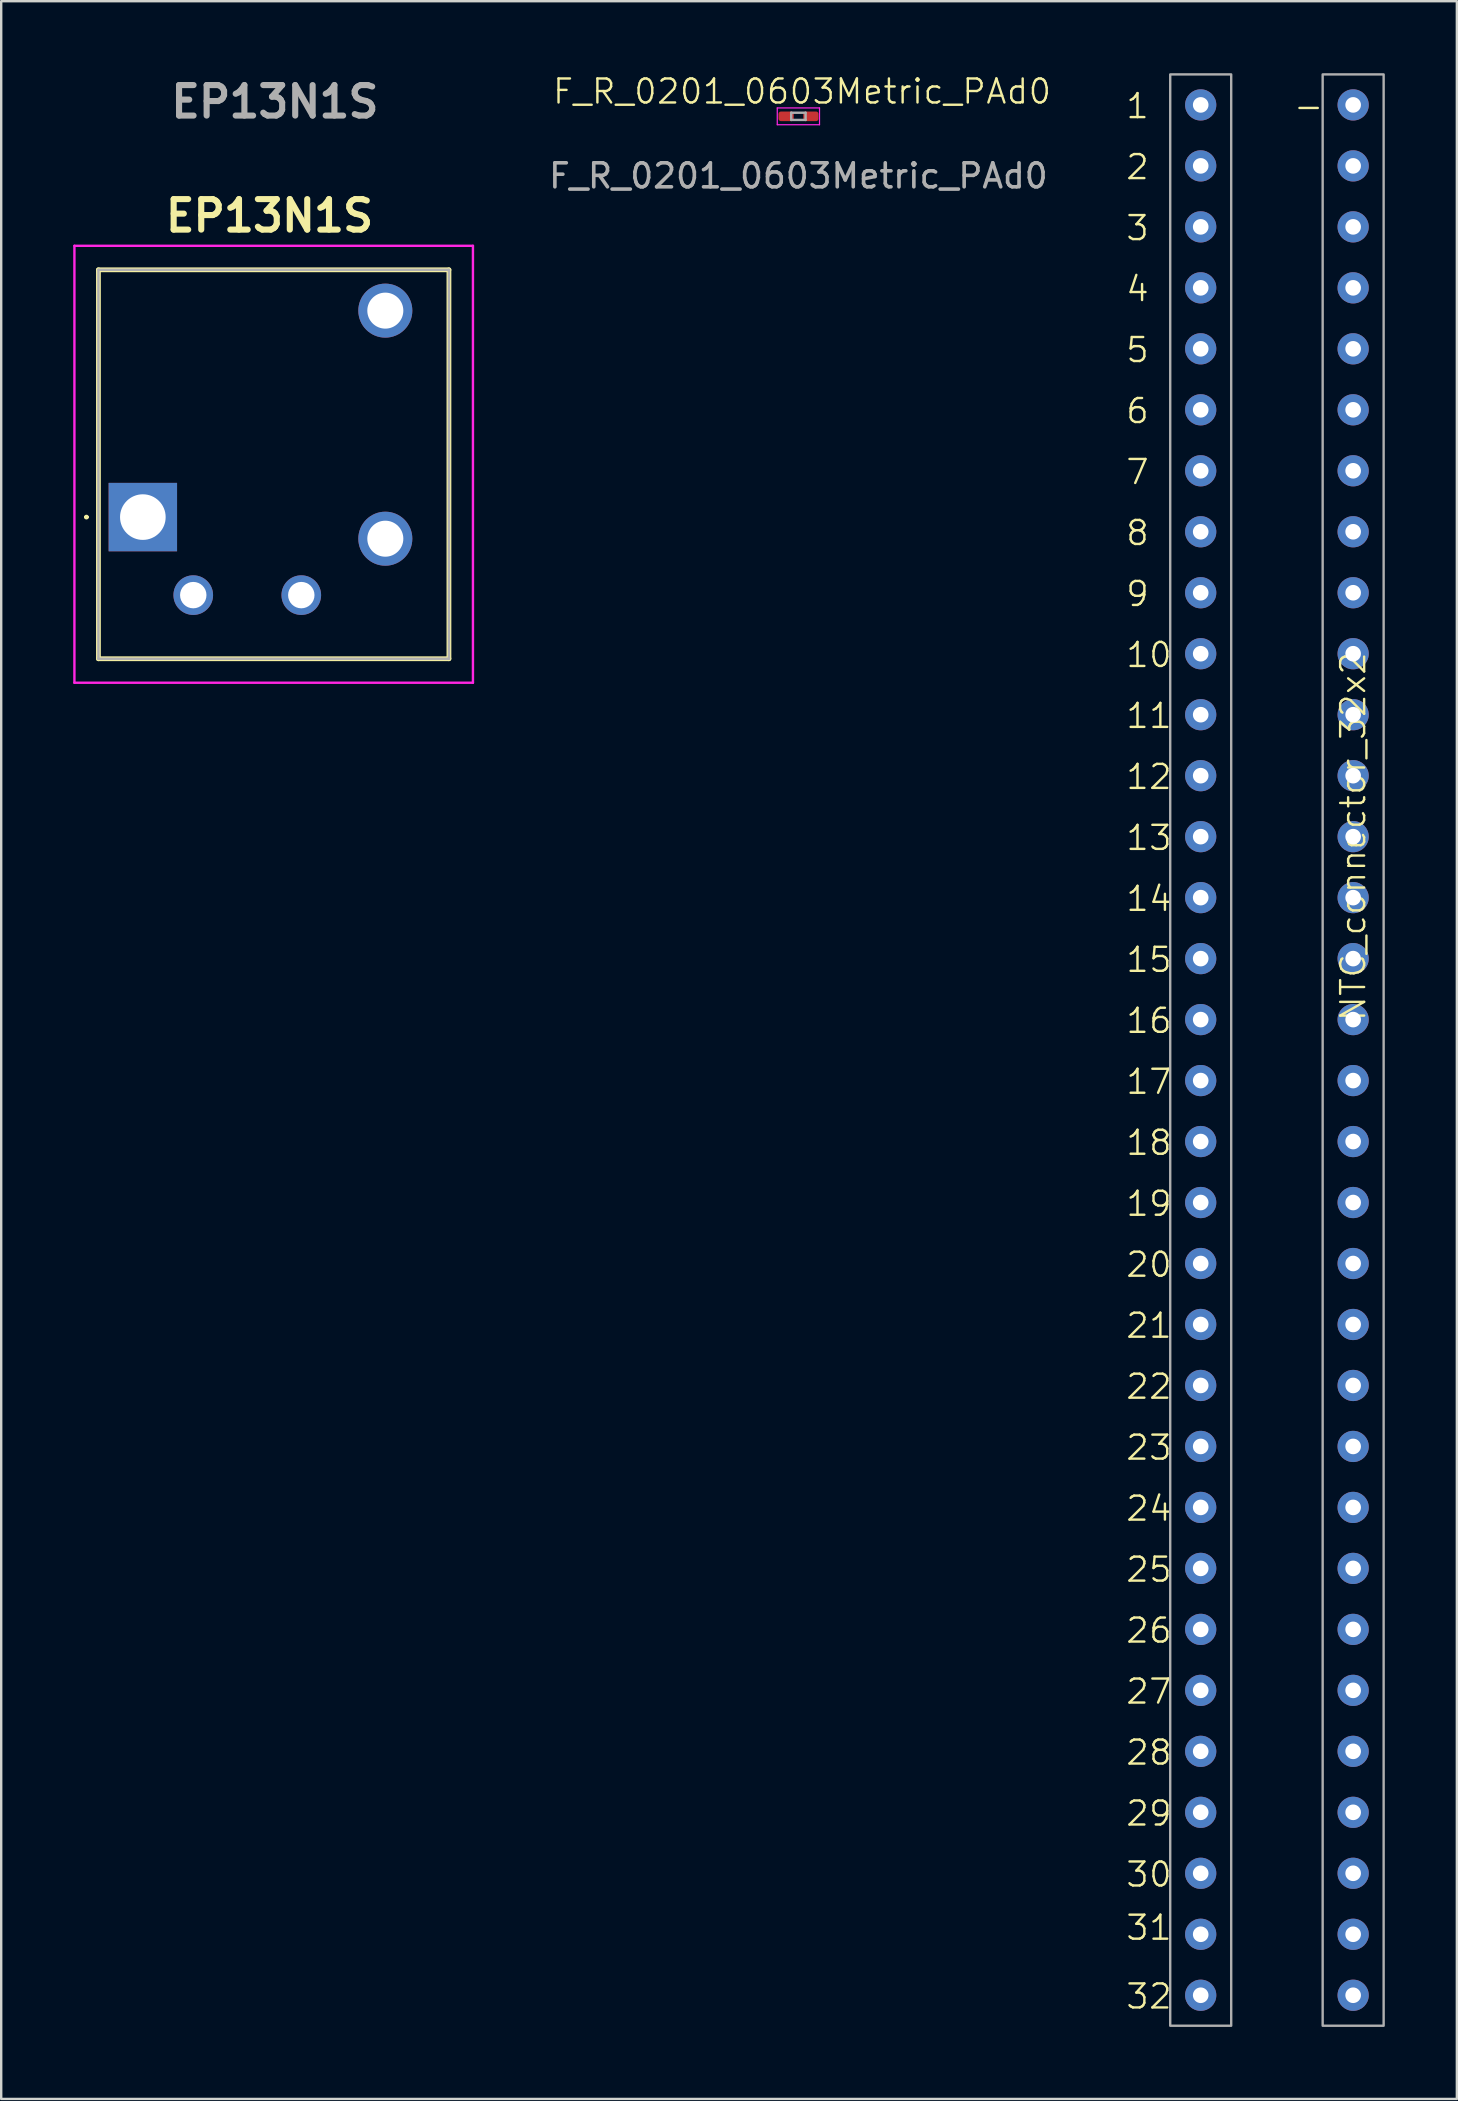
<source format=kicad_pcb>
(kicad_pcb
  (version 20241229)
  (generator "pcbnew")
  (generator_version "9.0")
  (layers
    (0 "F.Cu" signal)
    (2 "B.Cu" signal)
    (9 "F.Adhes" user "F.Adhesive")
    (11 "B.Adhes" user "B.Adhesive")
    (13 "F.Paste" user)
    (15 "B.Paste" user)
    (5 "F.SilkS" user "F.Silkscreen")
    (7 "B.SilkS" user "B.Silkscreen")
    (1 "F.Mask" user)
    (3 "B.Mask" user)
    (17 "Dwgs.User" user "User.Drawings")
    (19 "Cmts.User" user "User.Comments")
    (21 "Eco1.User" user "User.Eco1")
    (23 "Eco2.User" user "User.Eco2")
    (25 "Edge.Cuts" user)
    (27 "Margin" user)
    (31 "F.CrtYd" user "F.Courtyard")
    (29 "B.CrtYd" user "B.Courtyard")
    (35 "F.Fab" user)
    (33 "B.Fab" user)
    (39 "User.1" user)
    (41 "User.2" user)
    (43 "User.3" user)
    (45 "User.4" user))
  (footprint "EP13N1S"
    (layer "F.Cu")
    (at 2.9 18.489)
    (property "Reference" "EP13N1S" (at 5.275 -12.55 0) (layer "F.SilkS") (effects (font (size 1.27 1.27) (thickness 0.254))))
    (attr through_hole)
    (fp_line (start -2.4 0) (end -2.4 0) (stroke (width 0.1) (type solid)) (layer "F.SilkS"))
    (fp_line (start -2.3 0) (end -2.3 0) (stroke (width 0.1) (type solid)) (layer "F.SilkS"))
    (fp_line (start -1.85 -10.3) (end -1.85 5.9) (stroke (width 0.2) (type solid)) (layer "F.SilkS"))
    (fp_line (start -1.85 5.9) (end 12.75 5.9) (stroke (width 0.2) (type solid)) (layer "F.SilkS"))
    (fp_line (start 12.75 -10.3) (end -1.85 -10.3) (stroke (width 0.2) (type solid)) (layer "F.SilkS"))
    (fp_line (start 12.75 5.9) (end 12.75 -10.3) (stroke (width 0.2) (type solid)) (layer "F.SilkS"))
    (fp_arc (start -2.4 0) (mid -2.35 -0.05) (end -2.3 0) (stroke (width 0.1) (type solid)) (layer "F.SilkS"))
    (fp_arc (start -2.3 0) (mid -2.35 0.05) (end -2.4 0) (stroke (width 0.1) (type solid)) (layer "F.SilkS"))
    (fp_line (start -2.85 -11.3) (end -2.85 6.9) (stroke (width 0.1) (type solid)) (layer "F.CrtYd"))
    (fp_line (start -2.85 6.9) (end 13.75 6.9) (stroke (width 0.1) (type solid)) (layer "F.CrtYd"))
    (fp_line (start 13.75 -11.3) (end -2.85 -11.3) (stroke (width 0.1) (type solid)) (layer "F.CrtYd"))
    (fp_line (start 13.75 6.9) (end 13.75 -11.3) (stroke (width 0.1) (type solid)) (layer "F.CrtYd"))
    (fp_line (start -1.85 -10.3) (end -1.85 5.9) (stroke (width 0.1) (type solid)) (layer "F.Fab"))
    (fp_line (start -1.85 5.9) (end 12.75 5.9) (stroke (width 0.1) (type solid)) (layer "F.Fab"))
    (fp_line (start 12.75 -10.3) (end -1.85 -10.3) (stroke (width 0.1) (type solid)) (layer "F.Fab"))
    (fp_line (start 12.75 5.9) (end 12.75 -10.3) (stroke (width 0.1) (type solid)) (layer "F.Fab"))
    (fp_text user "${REFERENCE}" (at 5.5 -17.3 0) (layer "F.Fab") (effects (font (size 1.27 1.27) (thickness 0.254))))
    (pad "1" thru_hole rect (at 0 0) (size 2.85 2.85) (drill 1.9) (layers "*.Cu" "*.Mask"))
    (pad "2" thru_hole circle (at 2.1 3.25) (size 1.65 1.65) (drill 1.1) (layers "*.Cu" "*.Mask"))
    (pad "3" thru_hole circle (at 6.6 3.25) (size 1.65 1.65) (drill 1.1) (layers "*.Cu" "*.Mask"))
    (pad "4" thru_hole circle (at 10.1 0.9) (size 2.25 2.25) (drill 1.5) (layers "*.Cu" "*.Mask"))
    (pad "5" thru_hole circle (at 10.1 -8.6) (size 2.25 2.25) (drill 1.5) (layers "*.Cu" "*.Mask")))
  (footprint "F_R_0201_0603Metric_PAd0"
    (layer "F.Cu")
    (at 30.206 1.776)
    (property "Reference" "F_R_0201_0603Metric_PAd0" (at 0.152 -1.016 0) (unlocked yes) (layer "F.SilkS") (effects (font (size 1 1) (thickness 0.1))))
    (attr smd)
    (fp_line (start -0.88 -0.33) (end 0.88 -0.33) (stroke (width 0.05) (type solid)) (layer "F.CrtYd"))
    (fp_line (start -0.88 0.37) (end -0.88 -0.33) (stroke (width 0.05) (type solid)) (layer "F.CrtYd"))
    (fp_line (start 0.88 -0.33) (end 0.88 0.37) (stroke (width 0.05) (type solid)) (layer "F.CrtYd"))
    (fp_line (start 0.88 0.37) (end -0.88 0.37) (stroke (width 0.05) (type solid)) (layer "F.CrtYd"))
    (fp_line (start -0.3 -0.13) (end 0.3 -0.13) (stroke (width 0.1) (type solid)) (layer "F.Fab"))
    (fp_line (start -0.3 0.17) (end -0.3 -0.13) (stroke (width 0.1) (type solid)) (layer "F.Fab"))
    (fp_line (start 0.3 -0.13) (end 0.3 0.17) (stroke (width 0.1) (type solid)) (layer "F.Fab"))
    (fp_line (start 0.3 0.17) (end -0.3 0.17) (stroke (width 0.1) (type solid)) (layer "F.Fab"))
    (fp_text user "${REFERENCE}" (at 0 2.5 0) (unlocked yes) (layer "F.Fab") (effects (font (size 1 1) (thickness 0.15))))
    (pad "" smd roundrect (at -0.534 0.02) (size 0.458 0.36) (layers "F.Paste") (roundrect_rratio 0.25))
    (pad "" smd roundrect (at 0.534 0.02) (size 0.458 0.36) (layers "F.Paste") (roundrect_rratio 0.25))
    (pad "1" smd roundrect (at -0.51 0.02) (size 0.635 0.4) (layers "F.Cu" "F.Mask") (roundrect_rratio 0.25))
    (pad "2" smd roundrect (at 0.52 0.02) (size 0.635 0.4) (layers "F.Cu" "F.Mask") (roundrect_rratio 0.25)))
  (footprint "NTC_connector_32x2"
    (layer "F.Cu")
    (at 52.044 31.8)
    (property "Reference" "NTC_connector_32x2" (at 1.27 0 90) (unlocked yes) (layer "F.SilkS") (effects (font (size 1 1) (thickness 0.1))))
    (attr through_hole)
    (fp_rect (start -6.35 -31.75) (end -3.81 49.53) (stroke (width 0.1) (type default)) (fill no) (layer "F.Fab"))
    (fp_rect (start 0 -31.75) (end 2.54 49.53) (stroke (width 0.1) (type default)) (fill no) (layer "F.Fab"))
    (fp_text user "22" (at -8.255 23.495 0) (unlocked yes) (layer "F.SilkS") (effects (font (size 1 1) (thickness 0.1)) (justify left bottom)))
    (fp_text user "28" (at -8.255 38.735 0) (unlocked yes) (layer "F.SilkS") (effects (font (size 1 1) (thickness 0.1)) (justify left bottom)))
    (fp_text user "8" (at -8.255 -12.065 0) (unlocked yes) (layer "F.SilkS") (effects (font (size 1 1) (thickness 0.1)) (justify left bottom)))
    (fp_text user "11" (at -8.255 -4.445 0) (unlocked yes) (layer "F.SilkS") (effects (font (size 1 1) (thickness 0.1)) (justify left bottom)))
    (fp_text user "7" (at -8.255 -14.605 0) (unlocked yes) (layer "F.SilkS") (effects (font (size 1 1) (thickness 0.1)) (justify left bottom)))
    (fp_text user "21" (at -8.255 20.955 0) (unlocked yes) (layer "F.SilkS") (effects (font (size 1 1) (thickness 0.1)) (justify left bottom)))
    (fp_text user "18" (at -8.255 13.335 0) (unlocked yes) (layer "F.SilkS") (effects (font (size 1 1) (thickness 0.1)) (justify left bottom)))
    (fp_text user "6" (at -8.255 -17.145 0) (unlocked yes) (layer "F.SilkS") (effects (font (size 1 1) (thickness 0.1)) (justify left bottom)))
    (fp_text user "5" (at -8.255 -19.685 0) (unlocked yes) (layer "F.SilkS") (effects (font (size 1 1) (thickness 0.1)) (justify left bottom)))
    (fp_text user "27" (at -8.255 36.195 0) (unlocked yes) (layer "F.SilkS") (effects (font (size 1 1) (thickness 0.1)) (justify left bottom)))
    (fp_text user "17" (at -8.255 10.795 0) (unlocked yes) (layer "F.SilkS") (effects (font (size 1 1) (thickness 0.1)) (justify left bottom)))
    (fp_text user "9" (at -8.255 -9.525 0) (unlocked yes) (layer "F.SilkS") (effects (font (size 1 1) (thickness 0.1)) (justify left bottom)))
    (fp_text user "15" (at -8.255 5.715 0) (unlocked yes) (layer "F.SilkS") (effects (font (size 1 1) (thickness 0.1)) (justify left bottom)))
    (fp_text user "32" (at -8.255 48.895 0) (unlocked yes) (layer "F.SilkS") (effects (font (size 1 1) (thickness 0.1)) (justify left bottom)))
    (fp_text user "30" (at -8.255 43.815 0) (unlocked yes) (layer "F.SilkS") (effects (font (size 1 1) (thickness 0.1)) (justify left bottom)))
    (fp_text user "25" (at -8.255 31.115 0) (unlocked yes) (layer "F.SilkS") (effects (font (size 1 1) (thickness 0.1)) (justify left bottom)))
    (fp_text user "-" (at -1.27 -29.845 0) (unlocked yes) (layer "F.SilkS") (effects (font (size 1 1) (thickness 0.1)) (justify left bottom)))
    (fp_text user "16" (at -8.255 8.255 0) (unlocked yes) (layer "F.SilkS") (effects (font (size 1 1) (thickness 0.1)) (justify left bottom)))
    (fp_text user "24" (at -8.255 28.575 0) (unlocked yes) (layer "F.SilkS") (effects (font (size 1 1) (thickness 0.1)) (justify left bottom)))
    (fp_text user "23" (at -8.255 26.035 0) (unlocked yes) (layer "F.SilkS") (effects (font (size 1 1) (thickness 0.1)) (justify left bottom)))
    (fp_text user "26" (at -8.255 33.655 0) (unlocked yes) (layer "F.SilkS") (effects (font (size 1 1) (thickness 0.1)) (justify left bottom)))
    (fp_text user "10" (at -8.255 -6.985 0) (unlocked yes) (layer "F.SilkS") (effects (font (size 1 1) (thickness 0.1)) (justify left bottom)))
    (fp_text user "20" (at -8.255 18.415 0) (unlocked yes) (layer "F.SilkS") (effects (font (size 1 1) (thickness 0.1)) (justify left bottom)))
    (fp_text user "13" (at -8.255 0.635 0) (unlocked yes) (layer "F.SilkS") (effects (font (size 1 1) (thickness 0.1)) (justify left bottom)))
    (fp_text user "2" (at -8.255 -27.305 0) (unlocked yes) (layer "F.SilkS") (effects (font (size 1 1) (thickness 0.1)) (justify left bottom)))
    (fp_text user "14" (at -8.255 3.175 0) (unlocked yes) (layer "F.SilkS") (effects (font (size 1 1) (thickness 0.1)) (justify left bottom)))
    (fp_text user "29" (at -8.255 41.275 0) (unlocked yes) (layer "F.SilkS") (effects (font (size 1 1) (thickness 0.1)) (justify left bottom)))
    (fp_text user "31" (at -8.255 46.03 0) (unlocked yes) (layer "F.SilkS") (effects (font (size 1 1) (thickness 0.1)) (justify left bottom)))
    (fp_text user "19" (at -8.255 15.875 0) (unlocked yes) (layer "F.SilkS") (effects (font (size 1 1) (thickness 0.1)) (justify left bottom)))
    (fp_text user "4" (at -8.255 -22.225 0) (unlocked yes) (layer "F.SilkS") (effects (font (size 1 1) (thickness 0.1)) (justify left bottom)))
    (fp_text user "12" (at -8.255 -1.905 0) (unlocked yes) (layer "F.SilkS") (effects (font (size 1 1) (thickness 0.1)) (justify left bottom)))
    (fp_text user "1" (at -8.255 -29.845 0) (unlocked yes) (layer "F.SilkS") (effects (font (size 1 1) (thickness 0.1)) (justify left bottom)))
    (fp_text user "3" (at -8.255 -24.765 0) (unlocked yes) (layer "F.SilkS") (effects (font (size 1 1) (thickness 0.1)) (justify left bottom)))
    (pad "1" thru_hole circle (at -5.08 -30.48) (size 1.3 1.3) (drill 0.65) (layers "*.Cu" "*.Mask"))
    (pad "2" thru_hole circle (at -5.08 -27.94) (size 1.3 1.3) (drill 0.65) (layers "*.Cu" "*.Mask"))
    (pad "3" thru_hole circle (at -5.08 -25.4) (size 1.3 1.3) (drill 0.65) (layers "*.Cu" "*.Mask"))
    (pad "4" thru_hole circle (at -5.08 -22.86) (size 1.3 1.3) (drill 0.65) (layers "*.Cu" "*.Mask"))
    (pad "5" thru_hole circle (at -5.08 -20.32) (size 1.3 1.3) (drill 0.65) (layers "*.Cu" "*.Mask"))
    (pad "6" thru_hole circle (at -5.08 -17.78) (size 1.3 1.3) (drill 0.65) (layers "*.Cu" "*.Mask"))
    (pad "7" thru_hole circle (at -5.08 -15.24) (size 1.3 1.3) (drill 0.65) (layers "*.Cu" "*.Mask"))
    (pad "8" thru_hole circle (at -5.08 -12.7) (size 1.3 1.3) (drill 0.65) (layers "*.Cu" "*.Mask"))
    (pad "9" thru_hole circle (at -5.08 -10.16) (size 1.3 1.3) (drill 0.65) (layers "*.Cu" "*.Mask"))
    (pad "10" thru_hole circle (at -5.08 -7.62) (size 1.3 1.3) (drill 0.65) (layers "*.Cu" "*.Mask"))
    (pad "11" thru_hole circle (at -5.08 -5.08) (size 1.3 1.3) (drill 0.65) (layers "*.Cu" "*.Mask"))
    (pad "12" thru_hole circle (at -5.08 -2.54) (size 1.3 1.3) (drill 0.65) (layers "*.Cu" "*.Mask"))
    (pad "13" thru_hole circle (at -5.08 0) (size 1.3 1.3) (drill 0.65) (layers "*.Cu" "*.Mask"))
    (pad "14" thru_hole circle (at -5.08 2.54) (size 1.3 1.3) (drill 0.65) (layers "*.Cu" "*.Mask"))
    (pad "15" thru_hole circle (at -5.08 5.08) (size 1.3 1.3) (drill 0.65) (layers "*.Cu" "*.Mask"))
    (pad "16" thru_hole circle (at -5.08 7.62) (size 1.3 1.3) (drill 0.65) (layers "*.Cu" "*.Mask"))
    (pad "17" thru_hole circle (at 1.27 -30.48) (size 1.3 1.3) (drill 0.65) (layers "*.Cu" "*.Mask"))
    (pad "18" thru_hole circle (at 1.27 -27.94) (size 1.3 1.3) (drill 0.65) (layers "*.Cu" "*.Mask"))
    (pad "19" thru_hole circle (at 1.27 -25.4) (size 1.3 1.3) (drill 0.65) (layers "*.Cu" "*.Mask"))
    (pad "20" thru_hole circle (at 1.27 -22.86) (size 1.3 1.3) (drill 0.65) (layers "*.Cu" "*.Mask"))
    (pad "21" thru_hole circle (at 1.27 -20.32) (size 1.3 1.3) (drill 0.65) (layers "*.Cu" "*.Mask"))
    (pad "22" thru_hole circle (at 1.27 -17.78) (size 1.3 1.3) (drill 0.65) (layers "*.Cu" "*.Mask"))
    (pad "23" thru_hole circle (at 1.27 -15.24) (size 1.3 1.3) (drill 0.65) (layers "*.Cu" "*.Mask"))
    (pad "24" thru_hole circle (at 1.27 -12.7) (size 1.3 1.3) (drill 0.65) (layers "*.Cu" "*.Mask"))
    (pad "25" thru_hole circle (at 1.27 -10.16) (size 1.3 1.3) (drill 0.65) (layers "*.Cu" "*.Mask"))
    (pad "26" thru_hole circle (at 1.27 -7.62) (size 1.3 1.3) (drill 0.65) (layers "*.Cu" "*.Mask"))
    (pad "27" thru_hole circle (at 1.27 -5.08) (size 1.3 1.3) (drill 0.65) (layers "*.Cu" "*.Mask"))
    (pad "28" thru_hole circle (at 1.27 -2.54) (size 1.3 1.3) (drill 0.65) (layers "*.Cu" "*.Mask"))
    (pad "29" thru_hole circle (at 1.27 0) (size 1.3 1.3) (drill 0.65) (layers "*.Cu" "*.Mask"))
    (pad "30" thru_hole circle (at 1.27 2.54) (size 1.3 1.3) (drill 0.65) (layers "*.Cu" "*.Mask"))
    (pad "31" thru_hole circle (at 1.27 5.08) (size 1.3 1.3) (drill 0.65) (layers "*.Cu" "*.Mask"))
    (pad "32" thru_hole circle (at 1.27 7.62) (size 1.3 1.3) (drill 0.65) (layers "*.Cu" "*.Mask"))
    (pad "33" thru_hole circle (at -5.08 10.16) (size 1.3 1.3) (drill 0.65) (layers "*.Cu" "*.Mask"))
    (pad "34" thru_hole circle (at -5.08 12.7) (size 1.3 1.3) (drill 0.65) (layers "*.Cu" "*.Mask"))
    (pad "35" thru_hole circle (at -5.08 15.24) (size 1.3 1.3) (drill 0.65) (layers "*.Cu" "*.Mask"))
    (pad "36" thru_hole circle (at -5.08 17.78) (size 1.3 1.3) (drill 0.65) (layers "*.Cu" "*.Mask"))
    (pad "37" thru_hole circle (at -5.08 20.32) (size 1.3 1.3) (drill 0.65) (layers "*.Cu" "*.Mask"))
    (pad "38" thru_hole circle (at -5.08 22.86) (size 1.3 1.3) (drill 0.65) (layers "*.Cu" "*.Mask"))
    (pad "39" thru_hole circle (at -5.08 25.4) (size 1.3 1.3) (drill 0.65) (layers "*.Cu" "*.Mask"))
    (pad "40" thru_hole circle (at -5.08 27.94) (size 1.3 1.3) (drill 0.65) (layers "*.Cu" "*.Mask"))
    (pad "41" thru_hole circle (at -5.08 30.48) (size 1.3 1.3) (drill 0.65) (layers "*.Cu" "*.Mask"))
    (pad "42" thru_hole circle (at -5.08 33.02) (size 1.3 1.3) (drill 0.65) (layers "*.Cu" "*.Mask"))
    (pad "43" thru_hole circle (at -5.08 35.56) (size 1.3 1.3) (drill 0.65) (layers "*.Cu" "*.Mask"))
    (pad "44" thru_hole circle (at -5.08 38.1) (size 1.3 1.3) (drill 0.65) (layers "*.Cu" "*.Mask"))
    (pad "45" thru_hole circle (at -5.08 40.64) (size 1.3 1.3) (drill 0.65) (layers "*.Cu" "*.Mask"))
    (pad "46" thru_hole circle (at -5.08 43.18) (size 1.3 1.3) (drill 0.65) (layers "*.Cu" "*.Mask"))
    (pad "47" thru_hole circle (at -5.08 45.72) (size 1.3 1.3) (drill 0.65) (layers "*.Cu" "*.Mask"))
    (pad "48" thru_hole circle (at -5.08 48.26) (size 1.3 1.3) (drill 0.65) (layers "*.Cu" "*.Mask"))
    (pad "49" thru_hole circle (at 1.27 10.16) (size 1.3 1.3) (drill 0.65) (layers "*.Cu" "*.Mask"))
    (pad "50" thru_hole circle (at 1.27 12.7) (size 1.3 1.3) (drill 0.65) (layers "*.Cu" "*.Mask"))
    (pad "51" thru_hole circle (at 1.27 15.24) (size 1.3 1.3) (drill 0.65) (layers "*.Cu" "*.Mask"))
    (pad "52" thru_hole circle (at 1.27 17.78) (size 1.3 1.3) (drill 0.65) (layers "*.Cu" "*.Mask"))
    (pad "53" thru_hole circle (at 1.27 20.32) (size 1.3 1.3) (drill 0.65) (layers "*.Cu" "*.Mask"))
    (pad "54" thru_hole circle (at 1.27 22.86) (size 1.3 1.3) (drill 0.65) (layers "*.Cu" "*.Mask"))
    (pad "55" thru_hole circle (at 1.27 25.4) (size 1.3 1.3) (drill 0.65) (layers "*.Cu" "*.Mask"))
    (pad "56" thru_hole circle (at 1.27 27.94) (size 1.3 1.3) (drill 0.65) (layers "*.Cu" "*.Mask"))
    (pad "57" thru_hole circle (at 1.27 30.48) (size 1.3 1.3) (drill 0.65) (layers "*.Cu" "*.Mask"))
    (pad "58" thru_hole circle (at 1.27 33.02) (size 1.3 1.3) (drill 0.65) (layers "*.Cu" "*.Mask"))
    (pad "59" thru_hole circle (at 1.27 35.56) (size 1.3 1.3) (drill 0.65) (layers "*.Cu" "*.Mask"))
    (pad "60" thru_hole circle (at 1.27 38.1) (size 1.3 1.3) (drill 0.65) (layers "*.Cu" "*.Mask"))
    (pad "61" thru_hole circle (at 1.27 40.64) (size 1.3 1.3) (drill 0.65) (layers "*.Cu" "*.Mask"))
    (pad "62" thru_hole circle (at 1.27 43.18) (size 1.3 1.3) (drill 0.65) (layers "*.Cu" "*.Mask"))
    (pad "63" thru_hole circle (at 1.27 45.72) (size 1.3 1.3) (drill 0.65) (layers "*.Cu" "*.Mask"))
    (pad "64" thru_hole circle (at 1.27 48.26) (size 1.3 1.3) (drill 0.65) (layers "*.Cu" "*.Mask")))
  (gr_rect
    (start -3 -3)
    (end 57.634 84.38)
    (stroke (width 0.1) (type default))
    (fill no)
    (layer "Edge.Cuts")))
</source>
